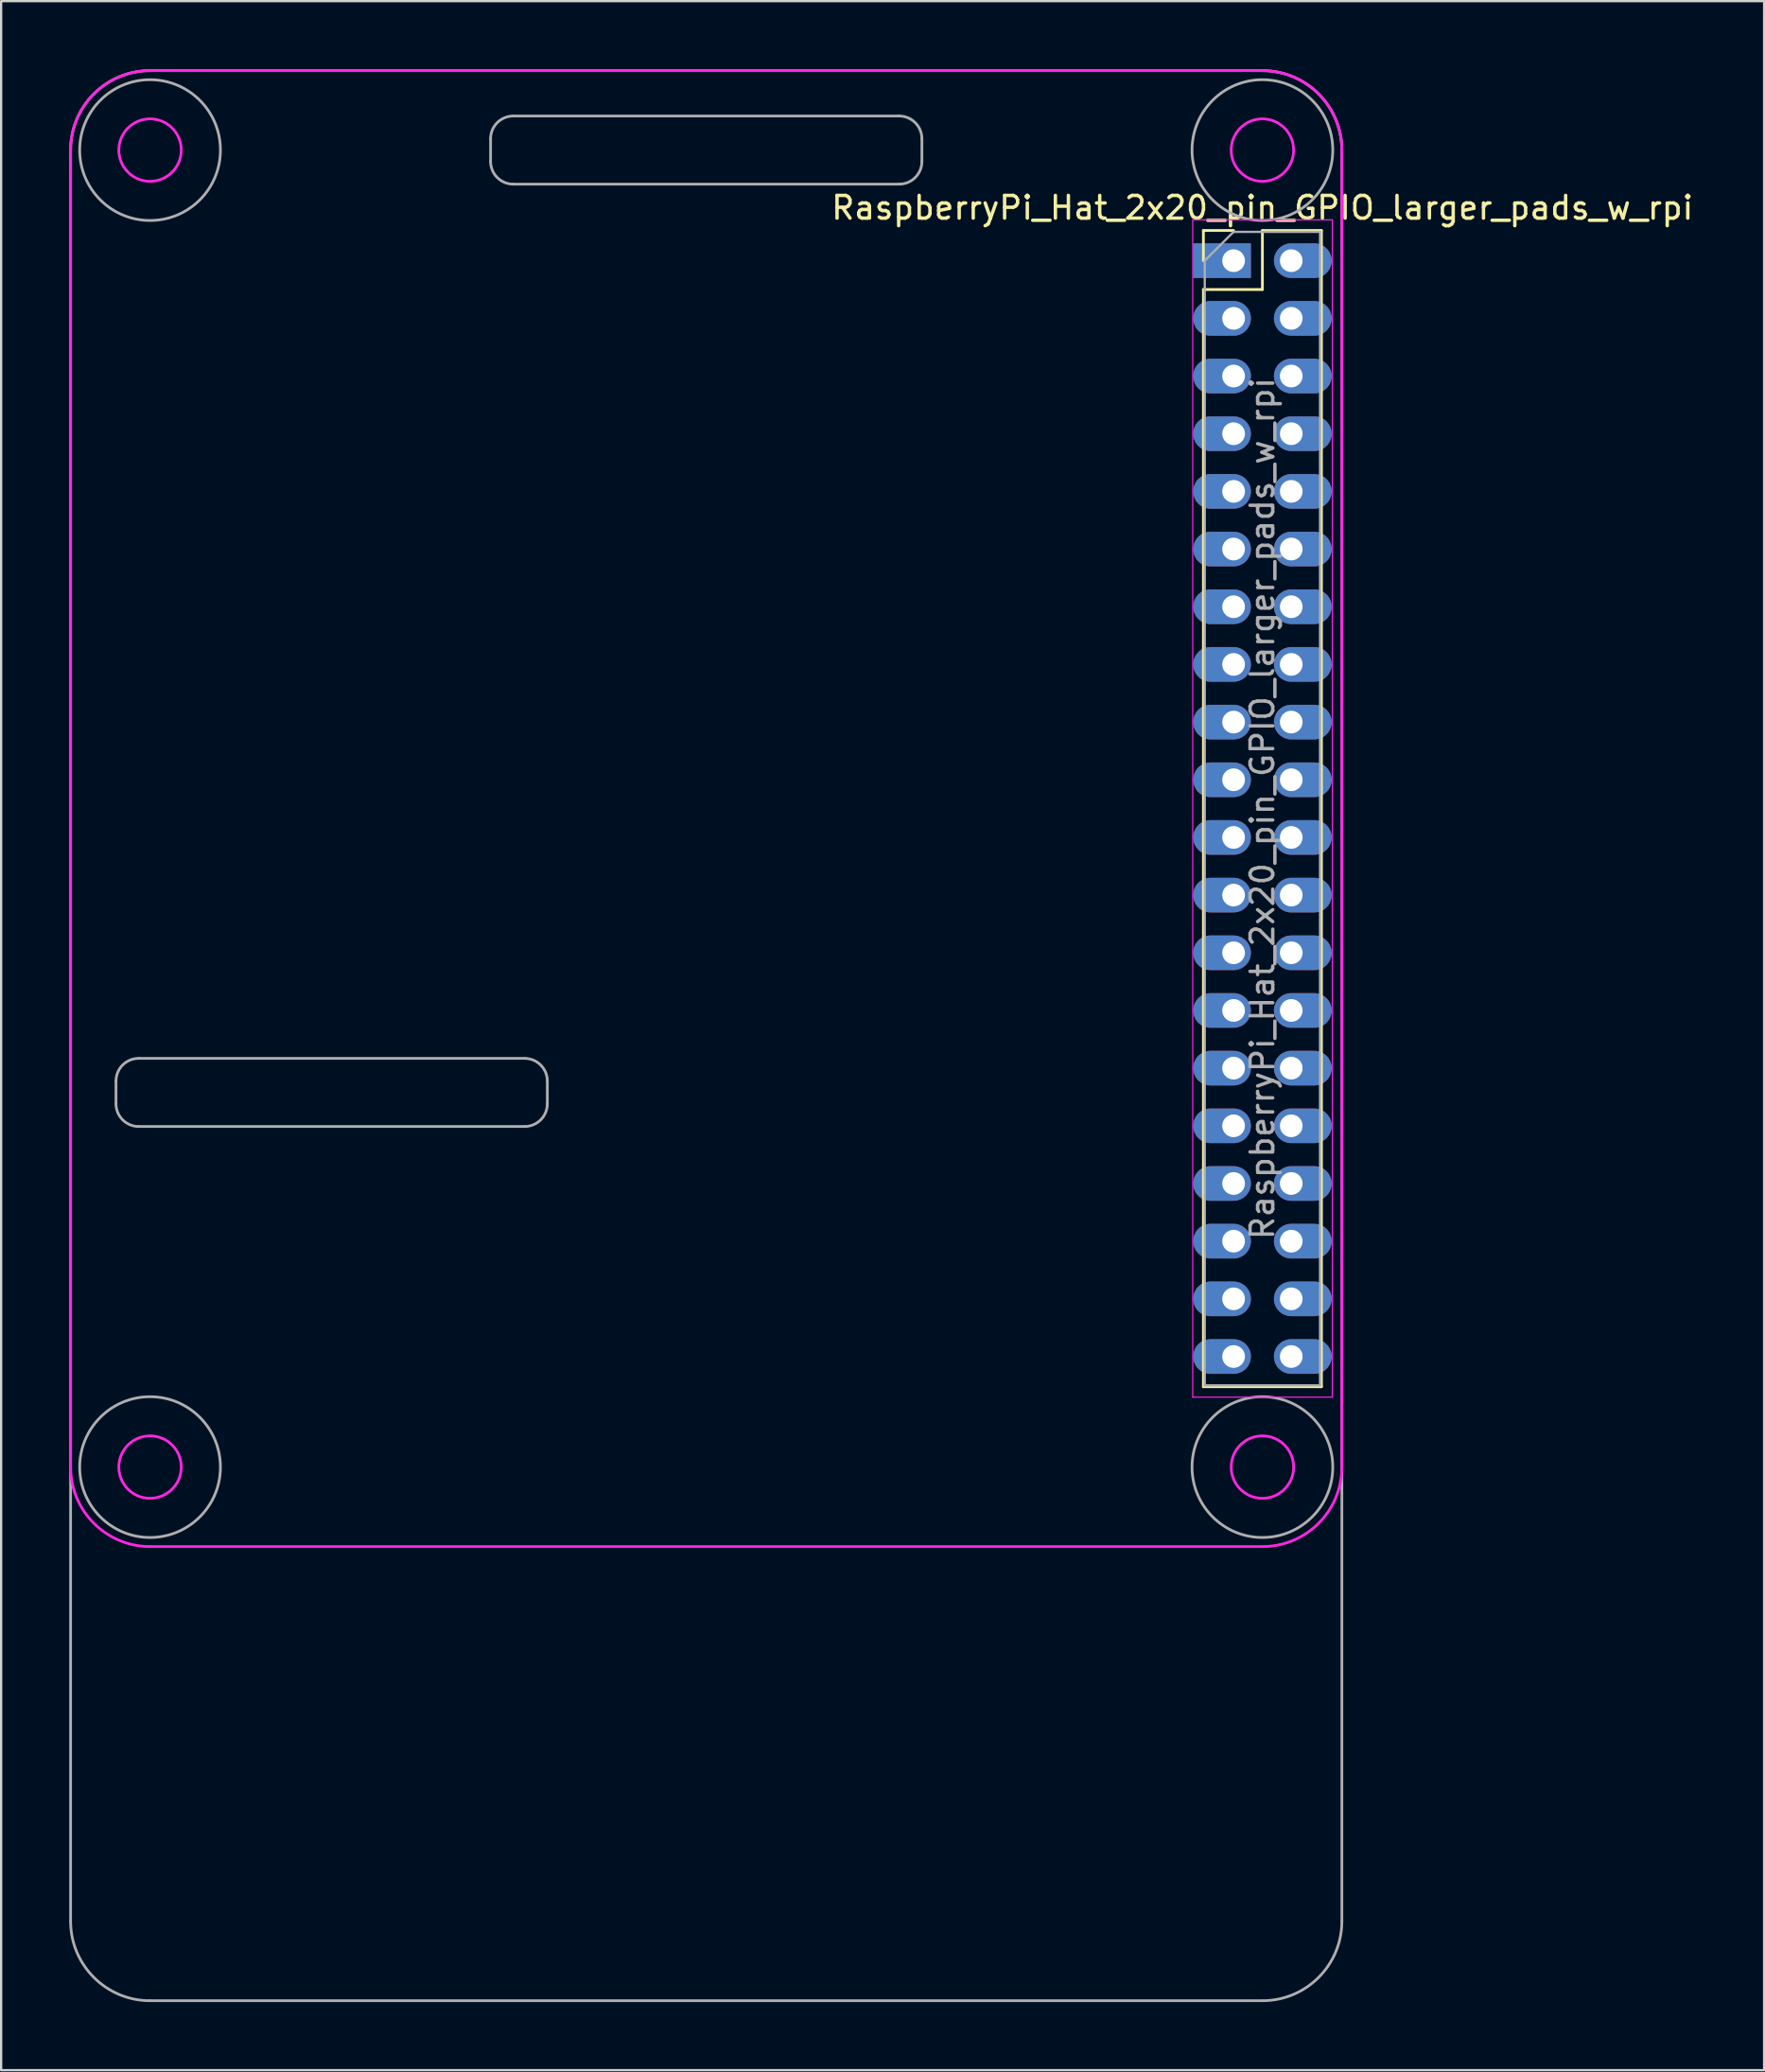
<source format=kicad_pcb>
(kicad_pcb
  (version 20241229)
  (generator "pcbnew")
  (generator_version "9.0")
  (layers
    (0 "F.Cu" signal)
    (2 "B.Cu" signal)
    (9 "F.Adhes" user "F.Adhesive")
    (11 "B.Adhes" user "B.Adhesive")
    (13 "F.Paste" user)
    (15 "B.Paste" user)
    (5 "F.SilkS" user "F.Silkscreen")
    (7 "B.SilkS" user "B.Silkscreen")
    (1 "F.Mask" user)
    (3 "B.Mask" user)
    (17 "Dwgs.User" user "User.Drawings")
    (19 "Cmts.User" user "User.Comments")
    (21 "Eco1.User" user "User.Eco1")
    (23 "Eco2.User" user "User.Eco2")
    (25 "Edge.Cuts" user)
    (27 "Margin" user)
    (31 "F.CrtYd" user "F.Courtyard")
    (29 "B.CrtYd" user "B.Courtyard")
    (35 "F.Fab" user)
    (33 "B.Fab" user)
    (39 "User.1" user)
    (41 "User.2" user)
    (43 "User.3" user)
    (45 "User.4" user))
  (footprint "RaspberryPi_Hat_2x20_pin_GPIO_larger_pads_w_rpi"
    (layer "F.Cu")
    (at 51.368 8.442)
    (property "Reference" "RaspberryPi_Hat_2x20_pin_GPIO_larger_pads_w_rpi" (at 1.192 -2.342 0) (layer "F.SilkS") (effects (font (size 1 1) (thickness 0.15))))
    (attr through_hole)
    (fp_line (start -1.408 -1.342) (end -0.078 -1.342) (stroke (width 0.12) (type solid)) (layer "F.SilkS"))
    (fp_line (start -1.408 -0.012) (end -1.408 -1.342) (stroke (width 0.12) (type solid)) (layer "F.SilkS"))
    (fp_line (start -1.408 1.258) (end -1.408 49.578) (stroke (width 0.12) (type solid)) (layer "F.SilkS"))
    (fp_line (start -1.408 1.258) (end 1.192 1.258) (stroke (width 0.12) (type solid)) (layer "F.SilkS"))
    (fp_line (start -1.408 49.578) (end 3.792 49.578) (stroke (width 0.12) (type solid)) (layer "F.SilkS"))
    (fp_line (start 1.192 -1.342) (end 3.792 -1.342) (stroke (width 0.12) (type solid)) (layer "F.SilkS"))
    (fp_line (start 1.192 1.258) (end 1.192 -1.342) (stroke (width 0.12) (type solid)) (layer "F.SilkS"))
    (fp_line (start 3.792 -1.342) (end 3.792 49.578) (stroke (width 0.12) (type solid)) (layer "F.SilkS"))
    (fp_line (start -51.308 -4.882) (end -51.308 53.118) (stroke (width 0.12) (type solid)) (layer "F.CrtYd"))
    (fp_line (start -47.808 56.618) (end 1.192 56.618) (stroke (width 0.12) (type solid)) (layer "F.CrtYd"))
    (fp_line (start -1.878 -1.812) (end -1.878 50.038) (stroke (width 0.05) (type solid)) (layer "F.CrtYd"))
    (fp_line (start -1.878 50.038) (end 4.272 50.038) (stroke (width 0.05) (type solid)) (layer "F.CrtYd"))
    (fp_line (start 1.192 -8.382) (end -47.808 -8.382) (stroke (width 0.12) (type solid)) (layer "F.CrtYd"))
    (fp_line (start 4.272 -1.812) (end -1.878 -1.812) (stroke (width 0.05) (type solid)) (layer "F.CrtYd"))
    (fp_line (start 4.272 50.038) (end 4.272 -1.812) (stroke (width 0.05) (type solid)) (layer "F.CrtYd"))
    (fp_line (start 4.692 53.118) (end 4.692 -4.882) (stroke (width 0.12) (type solid)) (layer "F.CrtYd"))
    (fp_arc (start -51.308 -4.882) (mid -50.282874 -7.356874) (end -47.808 -8.382) (stroke (width 0.12) (type solid)) (layer "F.CrtYd"))
    (fp_arc (start -47.808 56.618) (mid -50.282874 55.592874) (end -51.308 53.118) (stroke (width 0.12) (type solid)) (layer "F.CrtYd"))
    (fp_arc (start 1.192 -8.382) (mid 3.666874 -7.356874) (end 4.692 -4.882) (stroke (width 0.12) (type solid)) (layer "F.CrtYd"))
    (fp_arc (start 4.692 53.118) (mid 3.666874 55.592874) (end 1.192 56.618) (stroke (width 0.12) (type solid)) (layer "F.CrtYd"))
    (fp_circle (center -47.808 -4.882) (end -46.433 -4.907) (stroke (width 0.12) (type solid)) (fill no) (layer "F.CrtYd"))
    (fp_circle (center -47.808 53.118) (end -46.433 53.093) (stroke (width 0.12) (type solid)) (fill no) (layer "F.CrtYd"))
    (fp_circle (center 1.192 -4.882) (end 2.567 -4.907) (stroke (width 0.12) (type solid)) (fill no) (layer "F.CrtYd"))
    (fp_circle (center 1.192 53.118) (end 2.567 53.093) (stroke (width 0.12) (type solid)) (fill no) (layer "F.CrtYd"))
    (fp_line (start -51.308 73.118) (end -51.308 -4.882) (stroke (width 0.12) (type solid)) (layer "F.Fab"))
    (fp_line (start -49.308 36.118) (end -49.308 37.118) (stroke (width 0.12) (type solid)) (layer "F.Fab"))
    (fp_line (start -48.308 38.118) (end -31.308 38.118) (stroke (width 0.12) (type solid)) (layer "F.Fab"))
    (fp_line (start -32.808 -5.382) (end -32.808 -4.382) (stroke (width 0.12) (type solid)) (layer "F.Fab"))
    (fp_line (start -31.808 -3.382) (end -14.808 -3.382) (stroke (width 0.12) (type solid)) (layer "F.Fab"))
    (fp_line (start -31.308 35.118) (end -48.308 35.118) (stroke (width 0.12) (type solid)) (layer "F.Fab"))
    (fp_line (start -30.308 37.118) (end -30.308 36.118) (stroke (width 0.12) (type solid)) (layer "F.Fab"))
    (fp_line (start -14.808 -6.382) (end -31.808 -6.382) (stroke (width 0.12) (type solid)) (layer "F.Fab"))
    (fp_line (start -13.808 -4.382) (end -13.808 -5.382) (stroke (width 0.12) (type solid)) (layer "F.Fab"))
    (fp_line (start -1.348 -0.012) (end -0.078 -1.282) (stroke (width 0.1) (type solid)) (layer "F.Fab"))
    (fp_line (start -1.348 49.518) (end -1.348 -0.012) (stroke (width 0.1) (type solid)) (layer "F.Fab"))
    (fp_line (start -0.078 -1.282) (end 3.732 -1.282) (stroke (width 0.1) (type solid)) (layer "F.Fab"))
    (fp_line (start 1.192 -8.382) (end -47.808 -8.382) (stroke (width 0.12) (type solid)) (layer "F.Fab"))
    (fp_line (start 1.192 76.618) (end -47.808 76.618) (stroke (width 0.12) (type solid)) (layer "F.Fab"))
    (fp_line (start 3.732 -1.282) (end 3.732 49.518) (stroke (width 0.1) (type solid)) (layer "F.Fab"))
    (fp_line (start 3.732 49.518) (end -1.348 49.518) (stroke (width 0.1) (type solid)) (layer "F.Fab"))
    (fp_line (start 4.692 -4.882) (end 4.692 73.118) (stroke (width 0.12) (type solid)) (layer "F.Fab"))
    (fp_arc (start -51.308 -4.882) (mid -50.282874 -7.356874) (end -47.808 -8.382) (stroke (width 0.12) (type solid)) (layer "F.Fab"))
    (fp_arc (start -49.308 36.118) (mid -49.015107 35.410893) (end -48.308 35.118) (stroke (width 0.12) (type solid)) (layer "F.Fab"))
    (fp_arc (start -48.308 38.118) (mid -49.015107 37.825107) (end -49.308 37.118) (stroke (width 0.12) (type solid)) (layer "F.Fab"))
    (fp_arc (start -47.808 76.618) (mid -50.282874 75.592874) (end -51.308 73.118) (stroke (width 0.12) (type solid)) (layer "F.Fab"))
    (fp_arc (start -32.808 -5.382) (mid -32.515107 -6.089107) (end -31.808 -6.382) (stroke (width 0.12) (type solid)) (layer "F.Fab"))
    (fp_arc (start -31.808 -3.382) (mid -32.515107 -3.674893) (end -32.808 -4.382) (stroke (width 0.12) (type solid)) (layer "F.Fab"))
    (fp_arc (start -31.308 35.118) (mid -30.600893 35.410893) (end -30.308 36.118) (stroke (width 0.12) (type solid)) (layer "F.Fab"))
    (fp_arc (start -30.308 37.118) (mid -30.600893 37.825107) (end -31.308 38.118) (stroke (width 0.12) (type solid)) (layer "F.Fab"))
    (fp_arc (start -14.808 -6.382) (mid -14.100893 -6.089107) (end -13.808 -5.382) (stroke (width 0.12) (type solid)) (layer "F.Fab"))
    (fp_arc (start -13.808 -4.382) (mid -14.100893 -3.674893) (end -14.808 -3.382) (stroke (width 0.12) (type solid)) (layer "F.Fab"))
    (fp_arc (start 1.192 -8.382) (mid 3.666874 -7.356874) (end 4.692 -4.882) (stroke (width 0.12) (type solid)) (layer "F.Fab"))
    (fp_arc (start 4.692 73.118) (mid 3.666874 75.592874) (end 1.192 76.618) (stroke (width 0.12) (type solid)) (layer "F.Fab"))
    (fp_circle (center -47.808 -4.882) (end -44.708 -4.882) (stroke (width 0.12) (type solid)) (fill no) (layer "F.Fab"))
    (fp_circle (center -47.808 53.118) (end -44.708 53.118) (stroke (width 0.12) (type solid)) (fill no) (layer "F.Fab"))
    (fp_circle (center 1.192 -4.882) (end 4.292 -4.882) (stroke (width 0.12) (type solid)) (fill no) (layer "F.Fab"))
    (fp_circle (center 1.192 53.118) (end 4.292 53.118) (stroke (width 0.12) (type solid)) (fill no) (layer "F.Fab"))
    (fp_text user "${REFERENCE}" (at 1.192 24.118 90) (layer "F.Fab") (effects (font (size 1 1) (thickness 0.15))))
    (pad "1" thru_hole rect (at -0.078 -0.012) (size 2.54 1.524) (drill 1 (offset -0.508 0)) (layers "*.Cu" "*.Mask"))
    (pad "2" thru_hole oval (at 2.462 -0.012) (size 2.54 1.524) (drill 1 (offset 0.508 0)) (layers "*.Cu" "*.Mask"))
    (pad "3" thru_hole oval (at -0.078 2.528) (size 2.54 1.524) (drill 1 (offset -0.508 0)) (layers "*.Cu" "*.Mask"))
    (pad "4" thru_hole oval (at 2.462 2.528) (size 2.54 1.524) (drill 1 (offset 0.508 0)) (layers "*.Cu" "*.Mask"))
    (pad "5" thru_hole oval (at -0.078 5.068) (size 2.54 1.524) (drill 1 (offset -0.508 0)) (layers "*.Cu" "*.Mask"))
    (pad "6" thru_hole oval (at 2.462 5.068) (size 2.54 1.524) (drill 1 (offset 0.508 0)) (layers "*.Cu" "*.Mask"))
    (pad "7" thru_hole oval (at -0.078 7.608) (size 2.54 1.524) (drill 1 (offset -0.508 0)) (layers "*.Cu" "*.Mask"))
    (pad "8" thru_hole oval (at 2.462 7.608) (size 2.54 1.524) (drill 1 (offset 0.508 0)) (layers "*.Cu" "*.Mask"))
    (pad "9" thru_hole oval (at -0.078 10.148) (size 2.54 1.524) (drill 1 (offset -0.508 0)) (layers "*.Cu" "*.Mask"))
    (pad "10" thru_hole oval (at 2.462 10.148) (size 2.54 1.524) (drill 1 (offset 0.508 0)) (layers "*.Cu" "*.Mask"))
    (pad "11" thru_hole oval (at -0.078 12.688) (size 2.54 1.524) (drill 1 (offset -0.508 0)) (layers "*.Cu" "*.Mask"))
    (pad "12" thru_hole oval (at 2.462 12.688) (size 2.54 1.524) (drill 1 (offset 0.508 0)) (layers "*.Cu" "*.Mask"))
    (pad "13" thru_hole oval (at -0.078 15.228) (size 2.54 1.524) (drill 1 (offset -0.508 0)) (layers "*.Cu" "*.Mask"))
    (pad "14" thru_hole oval (at 2.462 15.228) (size 2.54 1.524) (drill 1 (offset 0.508 0)) (layers "*.Cu" "*.Mask"))
    (pad "15" thru_hole oval (at -0.078 17.768) (size 2.54 1.524) (drill 1 (offset -0.508 0)) (layers "*.Cu" "*.Mask"))
    (pad "16" thru_hole oval (at 2.462 17.768) (size 2.54 1.524) (drill 1 (offset 0.508 0)) (layers "*.Cu" "*.Mask"))
    (pad "17" thru_hole oval (at -0.078 20.308) (size 2.54 1.524) (drill 1 (offset -0.508 0)) (layers "*.Cu" "*.Mask"))
    (pad "18" thru_hole oval (at 2.462 20.308) (size 2.54 1.524) (drill 1 (offset 0.508 0)) (layers "*.Cu" "*.Mask"))
    (pad "19" thru_hole oval (at -0.078 22.848) (size 2.54 1.524) (drill 1 (offset -0.508 0)) (layers "*.Cu" "*.Mask"))
    (pad "20" thru_hole oval (at 2.462 22.848) (size 2.54 1.524) (drill 1 (offset 0.508 0)) (layers "*.Cu" "*.Mask"))
    (pad "21" thru_hole oval (at -0.078 25.388) (size 2.54 1.524) (drill 1 (offset -0.508 0)) (layers "*.Cu" "*.Mask"))
    (pad "22" thru_hole oval (at 2.462 25.388) (size 2.54 1.524) (drill 1 (offset 0.508 0)) (layers "*.Cu" "*.Mask"))
    (pad "23" thru_hole oval (at -0.078 27.928) (size 2.54 1.524) (drill 1 (offset -0.508 0)) (layers "*.Cu" "*.Mask"))
    (pad "24" thru_hole oval (at 2.462 27.928) (size 2.54 1.524) (drill 1 (offset 0.508 0)) (layers "*.Cu" "*.Mask"))
    (pad "25" thru_hole oval (at -0.078 30.468) (size 2.54 1.524) (drill 1 (offset -0.508 0)) (layers "*.Cu" "*.Mask"))
    (pad "26" thru_hole oval (at 2.462 30.468) (size 2.54 1.524) (drill 1 (offset 0.508 0)) (layers "*.Cu" "*.Mask"))
    (pad "27" thru_hole oval (at -0.078 33.008) (size 2.54 1.524) (drill 1 (offset -0.508 0)) (layers "*.Cu" "*.Mask"))
    (pad "28" thru_hole oval (at 2.462 33.008) (size 2.54 1.524) (drill 1 (offset 0.508 0)) (layers "*.Cu" "*.Mask"))
    (pad "29" thru_hole oval (at -0.078 35.548) (size 2.54 1.524) (drill 1 (offset -0.508 0)) (layers "*.Cu" "*.Mask"))
    (pad "30" thru_hole oval (at 2.462 35.548) (size 2.54 1.524) (drill 1 (offset 0.508 0)) (layers "*.Cu" "*.Mask"))
    (pad "31" thru_hole oval (at -0.078 38.088) (size 2.54 1.524) (drill 1 (offset -0.508 0)) (layers "*.Cu" "*.Mask"))
    (pad "32" thru_hole oval (at 2.462 38.088) (size 2.54 1.524) (drill 1 (offset 0.508 0)) (layers "*.Cu" "*.Mask"))
    (pad "33" thru_hole oval (at -0.078 40.628) (size 2.54 1.524) (drill 1 (offset -0.508 0)) (layers "*.Cu" "*.Mask"))
    (pad "34" thru_hole oval (at 2.462 40.628) (size 2.54 1.524) (drill 1 (offset 0.508 0)) (layers "*.Cu" "*.Mask"))
    (pad "35" thru_hole oval (at -0.078 43.168) (size 2.54 1.524) (drill 1 (offset -0.508 0)) (layers "*.Cu" "*.Mask"))
    (pad "36" thru_hole oval (at 2.462 43.168) (size 2.54 1.524) (drill 1 (offset 0.508 0)) (layers "*.Cu" "*.Mask"))
    (pad "37" thru_hole oval (at -0.078 45.708) (size 2.54 1.524) (drill 1 (offset -0.508 0)) (layers "*.Cu" "*.Mask"))
    (pad "38" thru_hole oval (at 2.462 45.708) (size 2.54 1.524) (drill 1 (offset 0.508 0)) (layers "*.Cu" "*.Mask"))
    (pad "39" thru_hole oval (at -0.078 48.248) (size 2.54 1.524) (drill 1 (offset -0.508 0)) (layers "*.Cu" "*.Mask"))
    (pad "40" thru_hole oval (at 2.462 48.248) (size 2.54 1.524) (drill 1 (offset 0.508 0)) (layers "*.Cu" "*.Mask")))
  (gr_rect
    (start -3 -3)
    (end 74.661 88.12)
    (stroke (width 0.1) (type default))
    (fill no)
    (layer "Edge.Cuts")))
</source>
